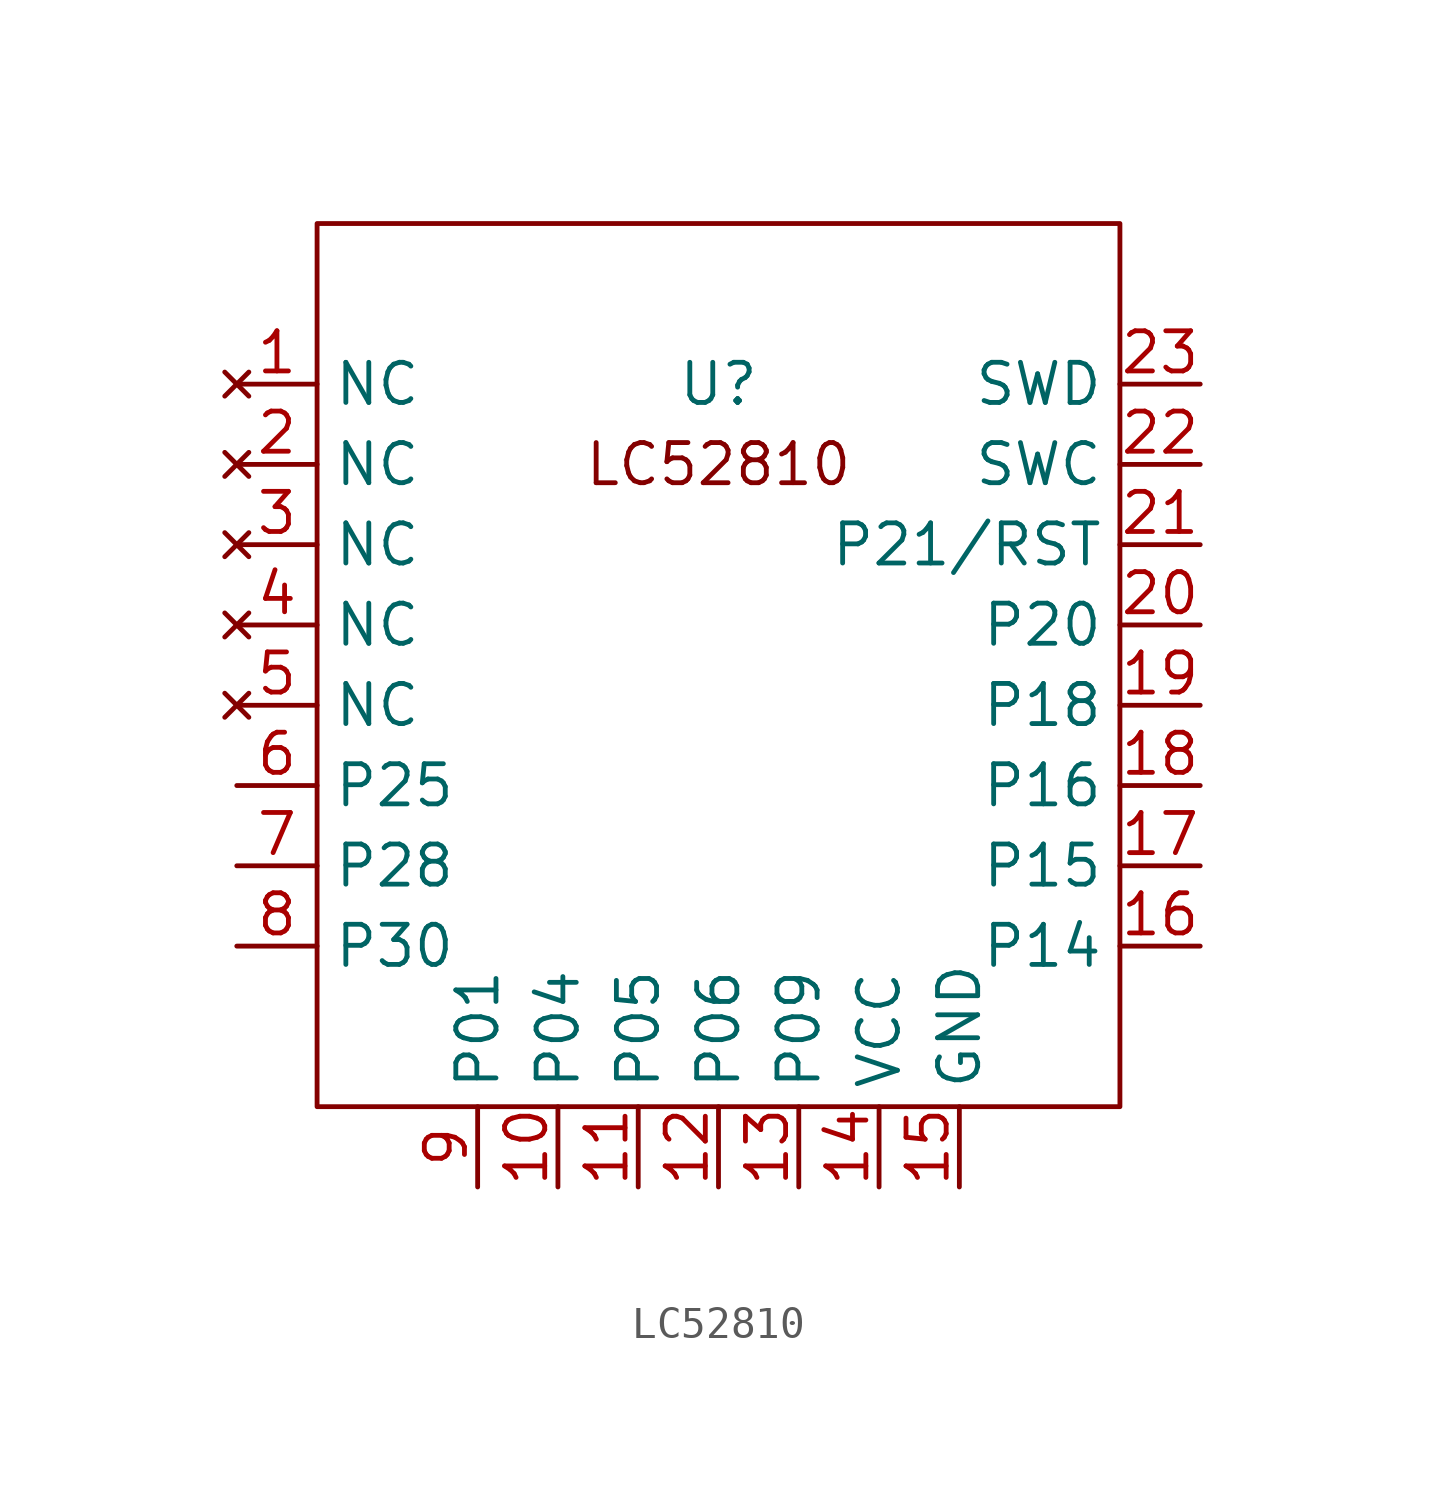
<source format=kicad_sym>
(kicad_symbol_lib
  (version 20231120)
  (generator "kicad_symbol_editor")
  (generator_version "8.0")
  (symbol "LC52810"
    (property "Reference" "U"
      (at 0 0 0)
      (effects (font (size 1.27 1.27))))
    (property "Value" ""
      (at 0 0 0)
      (effects (font (size 1.27 1.27))))
    (symbol "LC52810_0_1"
      (rectangle (start -12.7 -22.86) (end 12.7 5.08) (stroke (width 0) (type default)) (fill (type none))))
    (symbol "LC52810_1_1"
      (text "LC52810" (at 0 -2.54 0) (effects (font (size 1.27 1.27))))
      (pin no_connect line (at -15.24 0 0) (length 2.54) (name "NC" (effects (font (size 1.27 1.27)))) (number "1" (effects (font (size 1.27 1.27)))))
      (pin bidirectional line (at -5.08 -25.4 90) (length 2.54) (name "P04" (effects (font (size 1.27 1.27)))) (number "10" (effects (font (size 1.27 1.27)))))
      (pin bidirectional line (at -2.54 -25.4 90) (length 2.54) (name "P05" (effects (font (size 1.27 1.27)))) (number "11" (effects (font (size 1.27 1.27)))))
      (pin bidirectional line (at 0 -25.4 90) (length 2.54) (name "P06" (effects (font (size 1.27 1.27)))) (number "12" (effects (font (size 1.27 1.27)))))
      (pin bidirectional line (at 2.54 -25.4 90) (length 2.54) (name "P09" (effects (font (size 1.27 1.27)))) (number "13" (effects (font (size 1.27 1.27)))))
      (pin power_in line (at 5.08 -25.4 90) (length 2.54) (name "VCC" (effects (font (size 1.27 1.27)))) (number "14" (effects (font (size 1.27 1.27)))))
      (pin passive line (at 7.62 -25.4 90) (length 2.54) (name "GND" (effects (font (size 1.27 1.27)))) (number "15" (effects (font (size 1.27 1.27)))))
      (pin bidirectional line (at 15.24 -17.78 180) (length 2.54) (name "P14" (effects (font (size 1.27 1.27)))) (number "16" (effects (font (size 1.27 1.27)))))
      (pin bidirectional line (at 15.24 -15.24 180) (length 2.54) (name "P15" (effects (font (size 1.27 1.27)))) (number "17" (effects (font (size 1.27 1.27)))))
      (pin bidirectional line (at 15.24 -12.7 180) (length 2.54) (name "P16" (effects (font (size 1.27 1.27)))) (number "18" (effects (font (size 1.27 1.27)))))
      (pin bidirectional line (at 15.24 -10.16 180) (length 2.54) (name "P18" (effects (font (size 1.27 1.27)))) (number "19" (effects (font (size 1.27 1.27)))))
      (pin no_connect line (at -15.24 -2.54 0) (length 2.54) (name "NC" (effects (font (size 1.27 1.27)))) (number "2" (effects (font (size 1.27 1.27)))))
      (pin bidirectional line (at 15.24 -7.62 180) (length 2.54) (name "P20" (effects (font (size 1.27 1.27)))) (number "20" (effects (font (size 1.27 1.27)))))
      (pin bidirectional line (at 15.24 -5.08 180) (length 2.54) (name "P21/RST" (effects (font (size 1.27 1.27)))) (number "21" (effects (font (size 1.27 1.27)))))
      (pin input line (at 15.24 -2.54 180) (length 2.54) (name "SWC" (effects (font (size 1.27 1.27)))) (number "22" (effects (font (size 1.27 1.27)))))
      (pin bidirectional line (at 15.24 0 180) (length 2.54) (name "SWD" (effects (font (size 1.27 1.27)))) (number "23" (effects (font (size 1.27 1.27)))))
      (pin no_connect line (at -15.24 -5.08 0) (length 2.54) (name "NC" (effects (font (size 1.27 1.27)))) (number "3" (effects (font (size 1.27 1.27)))))
      (pin no_connect line (at -15.24 -7.62 0) (length 2.54) (name "NC" (effects (font (size 1.27 1.27)))) (number "4" (effects (font (size 1.27 1.27)))))
      (pin no_connect line (at -15.24 -10.16 0) (length 2.54) (name "NC" (effects (font (size 1.27 1.27)))) (number "5" (effects (font (size 1.27 1.27)))))
      (pin bidirectional line (at -15.24 -12.7 0) (length 2.54) (name "P25" (effects (font (size 1.27 1.27)))) (number "6" (effects (font (size 1.27 1.27)))))
      (pin bidirectional line (at -15.24 -15.24 0) (length 2.54) (name "P28" (effects (font (size 1.27 1.27)))) (number "7" (effects (font (size 1.27 1.27)))))
      (pin bidirectional line (at -15.24 -17.78 0) (length 2.54) (name "P30" (effects (font (size 1.27 1.27)))) (number "8" (effects (font (size 1.27 1.27)))))
      (pin bidirectional line (at -7.62 -25.4 90) (length 2.54) (name "P01" (effects (font (size 1.27 1.27)))) (number "9" (effects (font (size 1.27 1.27))))))))
</source>
